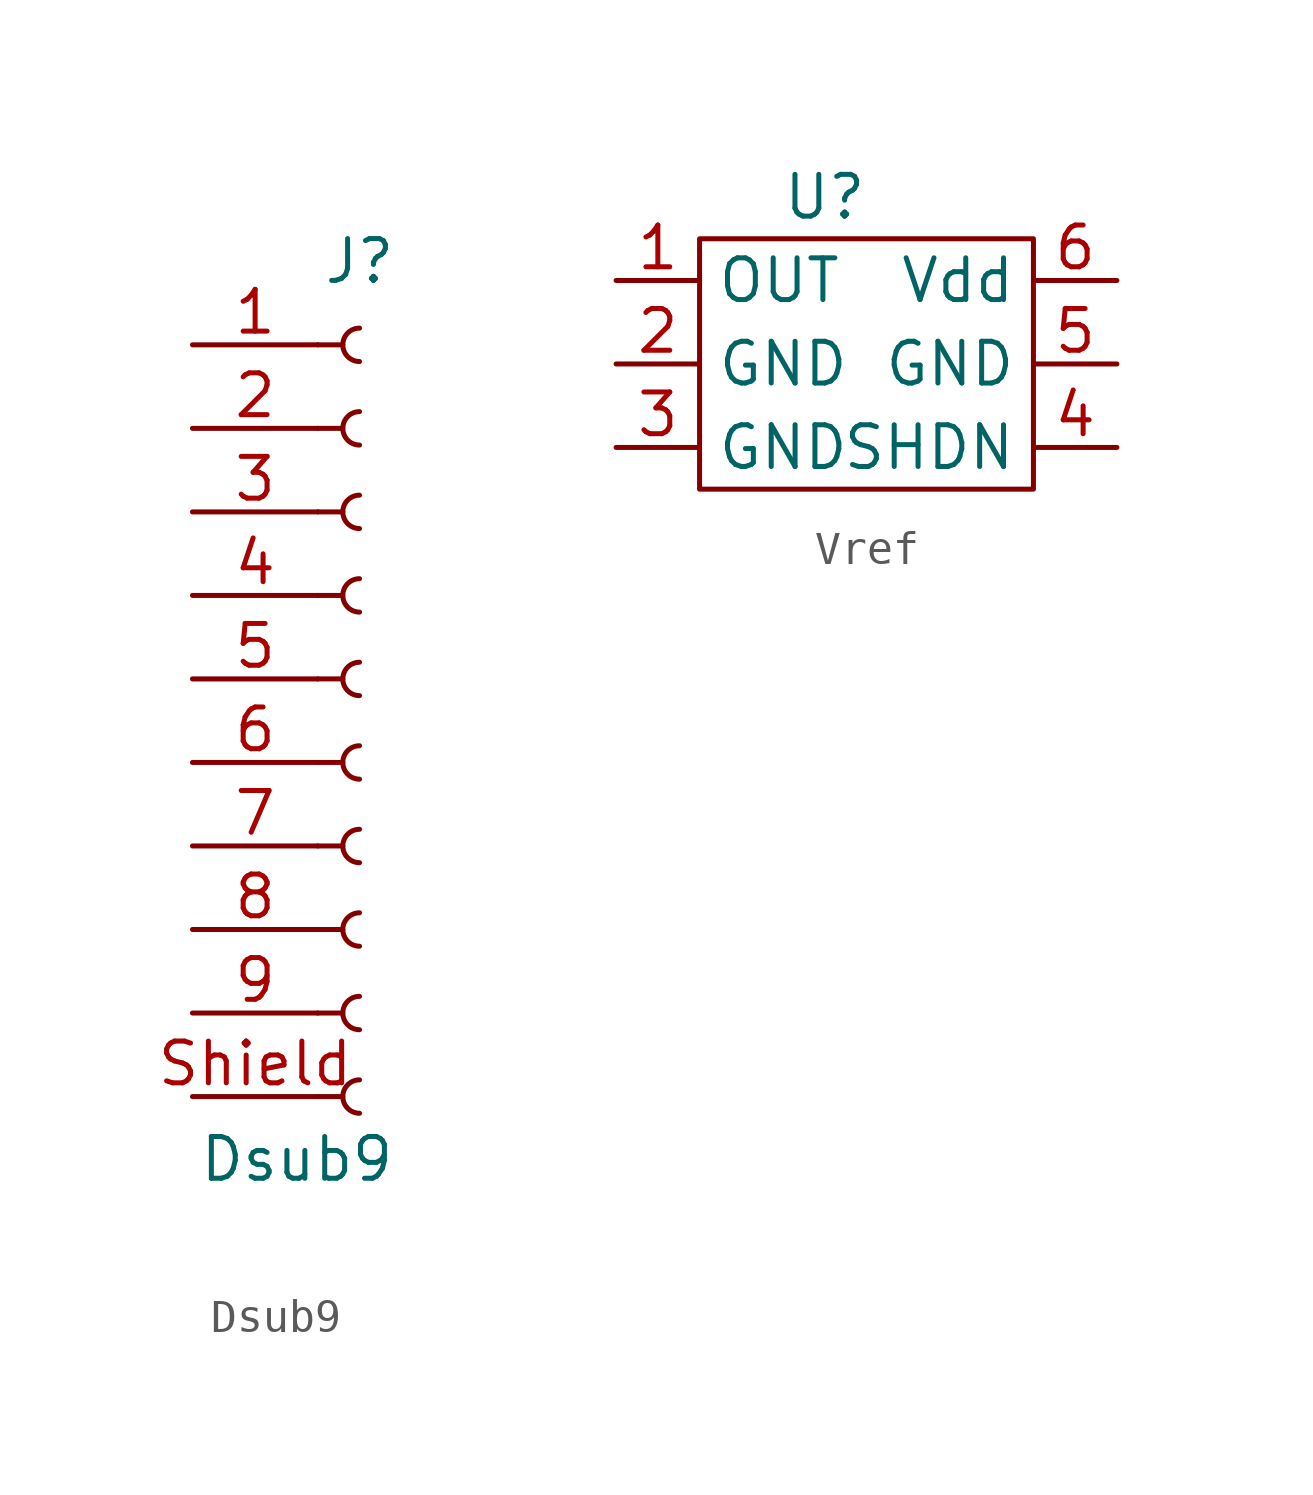
<source format=kicad_sym>
(kicad_symbol_lib
  (version 20220914)
  (generator kicad_symbol_editor)
  (symbol "Dsub9"
    (pin_names
      (offset 1.016) hide)
    (property "Reference" "J"
      (at 0 12.7 0)
      (effects (font (size 1.27 1.27))))
    (property "Value" "Dsub9"
      (at -1.905 -14.605 0)
      (effects (font (size 1.27 1.27))))
    (property "ki_locked" ""
      (at 0 0 0)
      (effects (font (size 1.27 1.27))))
    (symbol "Dsub9_1_1"
      (arc (start 0 -12.192) (mid -0.5058 -12.7) (end 0 -13.208) (stroke (width 0.1524) (type default)) (fill (type none)))
      (arc (start 0 -9.652) (mid -0.5058 -10.16) (end 0 -10.668) (stroke (width 0.1524) (type default)) (fill (type none)))
      (arc (start 0 -7.112) (mid -0.5058 -7.62) (end 0 -8.128) (stroke (width 0.1524) (type default)) (fill (type none)))
      (arc (start 0 -4.572) (mid -0.5058 -5.08) (end 0 -5.588) (stroke (width 0.1524) (type default)) (fill (type none)))
      (arc (start 0 -2.032) (mid -0.5058 -2.54) (end 0 -3.048) (stroke (width 0.1524) (type default)) (fill (type none)))
      (polyline (pts (xy -1.27 -12.7) (xy -0.508 -12.7)) (stroke (width 0.152) (type default)) (fill (type none)))
      (polyline (pts (xy -1.27 -10.16) (xy -0.508 -10.16)) (stroke (width 0.152) (type default)) (fill (type none)))
      (polyline (pts (xy -1.27 -7.62) (xy -0.508 -7.62)) (stroke (width 0.152) (type default)) (fill (type none)))
      (polyline (pts (xy -1.27 -5.08) (xy -0.508 -5.08)) (stroke (width 0.152) (type default)) (fill (type none)))
      (polyline (pts (xy -1.27 -2.54) (xy -0.508 -2.54)) (stroke (width 0.152) (type default)) (fill (type none)))
      (polyline (pts (xy -1.27 0) (xy -0.508 0)) (stroke (width 0.152) (type default)) (fill (type none)))
      (polyline (pts (xy -1.27 2.54) (xy -0.508 2.54)) (stroke (width 0.152) (type default)) (fill (type none)))
      (polyline (pts (xy -1.27 5.08) (xy -0.508 5.08)) (stroke (width 0.152) (type default)) (fill (type none)))
      (polyline (pts (xy -1.27 7.62) (xy -0.508 7.62)) (stroke (width 0.152) (type default)) (fill (type none)))
      (polyline (pts (xy -1.27 10.16) (xy -0.508 10.16)) (stroke (width 0.152) (type default)) (fill (type none)))
      (arc (start 0 0.508) (mid -0.5058 0) (end 0 -0.508) (stroke (width 0.1524) (type default)) (fill (type none)))
      (arc (start 0 3.048) (mid -0.5058 2.54) (end 0 2.032) (stroke (width 0.1524) (type default)) (fill (type none)))
      (arc (start 0 5.588) (mid -0.5058 5.08) (end 0 4.572) (stroke (width 0.1524) (type default)) (fill (type none)))
      (arc (start 0 8.128) (mid -0.5058 7.62) (end 0 7.112) (stroke (width 0.1524) (type default)) (fill (type none)))
      (arc (start 0 10.668) (mid -0.5058 10.16) (end 0 9.652) (stroke (width 0.1524) (type default)) (fill (type none)))
      (pin passive line (at -5.08 10.16 0) (length 3.81) (name "Pin_1" (effects (font (size 1.27 1.27)))) (number "1" (effects (font (size 1.27 1.27)))))
      (pin passive line (at -5.08 7.62 0) (length 3.81) (name "Pin_2" (effects (font (size 1.27 1.27)))) (number "2" (effects (font (size 1.27 1.27)))))
      (pin passive line (at -5.08 5.08 0) (length 3.81) (name "Pin_3" (effects (font (size 1.27 1.27)))) (number "3" (effects (font (size 1.27 1.27)))))
      (pin passive line (at -5.08 2.54 0) (length 3.81) (name "Pin_4" (effects (font (size 1.27 1.27)))) (number "4" (effects (font (size 1.27 1.27)))))
      (pin passive line (at -5.08 0 0) (length 3.81) (name "Pin_5" (effects (font (size 1.27 1.27)))) (number "5" (effects (font (size 1.27 1.27)))))
      (pin passive line (at -5.08 -2.54 0) (length 3.81) (name "Pin_6" (effects (font (size 1.27 1.27)))) (number "6" (effects (font (size 1.27 1.27)))))
      (pin passive line (at -5.08 -5.08 0) (length 3.81) (name "Pin_7" (effects (font (size 1.27 1.27)))) (number "7" (effects (font (size 1.27 1.27)))))
      (pin passive line (at -5.08 -7.62 0) (length 3.81) (name "Pin_8" (effects (font (size 1.27 1.27)))) (number "8" (effects (font (size 1.27 1.27)))))
      (pin passive line (at -5.08 -10.16 0) (length 3.81) (name "Pin_9" (effects (font (size 1.27 1.27)))) (number "9" (effects (font (size 1.27 1.27)))))
      (pin input line (at -5.08 -12.7 0) (length 3.81) (name "Shield" (effects (font (size 1.27 1.27)))) (number "Shield" (effects (font (size 1.27 1.27)))))))
  (symbol "Vref"
    (property "Reference" "U"
      (at 0 0 0)
      (effects (font (size 1.27 1.27))))
    (property "Value" ""
      (at 0 0 0)
      (effects (font (size 1.27 1.27))))
    (symbol "Vref_0_1"
      (rectangle (start -3.81 -1.27) (end 6.35 -8.89) (stroke (width 0) (type default)) (fill (type none))))
    (symbol "Vref_1_1"
      (pin input line (at -6.35 -2.54 0) (length 2.54) (name "OUT" (effects (font (size 1.27 1.27)))) (number "1" (effects (font (size 1.27 1.27)))))
      (pin input line (at -6.35 -5.08 0) (length 2.54) (name "GND" (effects (font (size 1.27 1.27)))) (number "2" (effects (font (size 1.27 1.27)))))
      (pin input line (at -6.35 -7.62 0) (length 2.54) (name "GND" (effects (font (size 1.27 1.27)))) (number "3" (effects (font (size 1.27 1.27)))))
      (pin input line (at 8.89 -7.62 180) (length 2.54) (name "SHDN" (effects (font (size 1.27 1.27)))) (number "4" (effects (font (size 1.27 1.27)))))
      (pin input line (at 8.89 -5.08 180) (length 2.54) (name "GND" (effects (font (size 1.27 1.27)))) (number "5" (effects (font (size 1.27 1.27)))))
      (pin input line (at 8.89 -2.54 180) (length 2.54) (name "Vdd" (effects (font (size 1.27 1.27)))) (number "6" (effects (font (size 1.27 1.27))))))))
</source>
